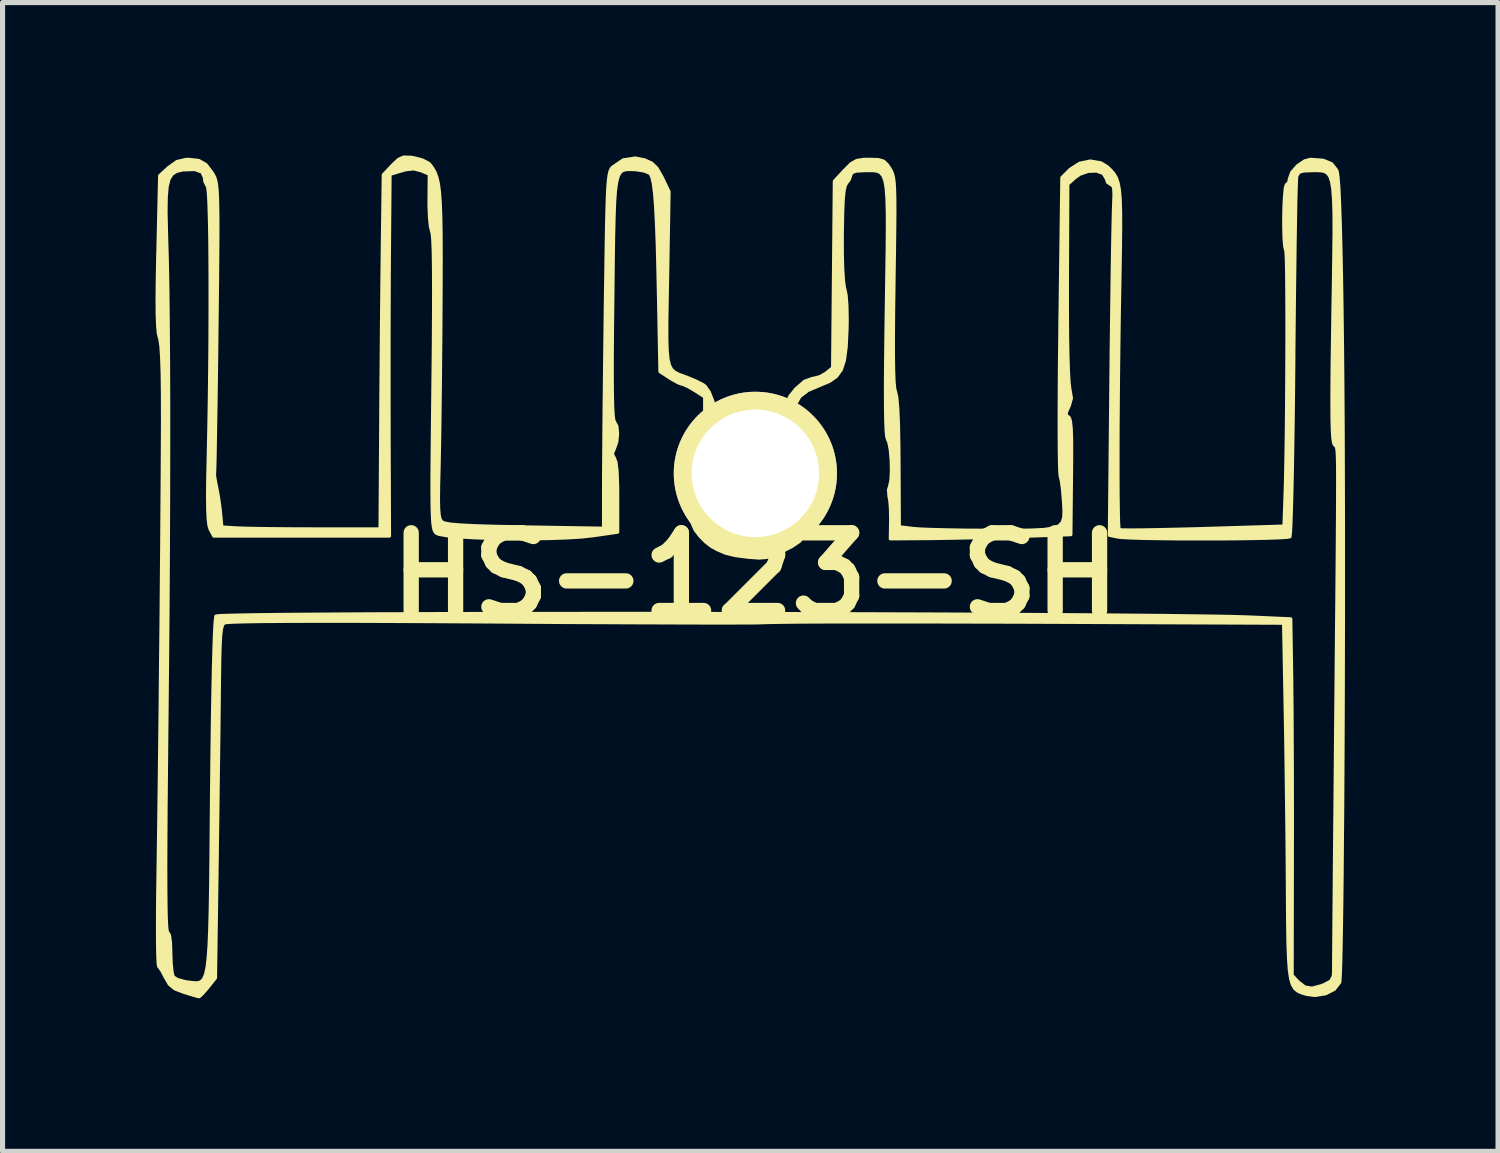
<source format=kicad_pcb>
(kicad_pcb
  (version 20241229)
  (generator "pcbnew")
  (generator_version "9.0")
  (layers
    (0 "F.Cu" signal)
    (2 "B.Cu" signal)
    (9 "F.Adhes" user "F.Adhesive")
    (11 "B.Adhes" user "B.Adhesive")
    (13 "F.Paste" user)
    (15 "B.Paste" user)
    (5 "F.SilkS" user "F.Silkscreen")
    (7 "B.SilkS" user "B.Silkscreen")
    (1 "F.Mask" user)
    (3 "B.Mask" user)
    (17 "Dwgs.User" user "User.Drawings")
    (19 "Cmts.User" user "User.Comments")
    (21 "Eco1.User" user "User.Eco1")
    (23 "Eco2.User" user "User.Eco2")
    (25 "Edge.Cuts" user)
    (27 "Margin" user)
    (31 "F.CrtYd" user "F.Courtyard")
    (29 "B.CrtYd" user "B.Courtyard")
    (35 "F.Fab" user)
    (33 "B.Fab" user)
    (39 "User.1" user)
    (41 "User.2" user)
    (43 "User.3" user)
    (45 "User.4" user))
  (footprint "HS-123-SH"
    (layer "F.Cu")
    (at 11.762 8.232)
    (property "Reference" "HS-123-SH" (at 0 0 0) (layer "F.SilkS") (effects (font (size 1.524 1.524) (thickness 0.3))))
    (attr through_hole)
    (fp_poly (pts (xy 11.53 -0.071) (xy 11.53 0.74) (xy 11.528 1.545) (xy 11.526 2.337) (xy 11.523 3.108) (xy 11.519 3.85) (xy 11.515 4.554) (xy 11.509 5.215) (xy 11.504 5.824) (xy 11.498 6.372) (xy 11.491 6.854) (xy 11.484 7.26) (xy 11.477 7.583) (xy 11.469 7.816) (xy 11.461 7.951) (xy 11.457 7.981) (xy 11.419 8.029) (xy 11.419 -1.726) (xy 11.419 -1.961) (xy 11.418 -2.145) (xy 11.415 -2.284) (xy 11.411 -2.385) (xy 11.406 -2.454) (xy 11.399 -2.499) (xy 11.391 -2.525) (xy 11.382 -2.539) (xy 11.371 -2.548) (xy 11.359 -2.558) (xy 11.354 -2.564) (xy 11.337 -2.607) (xy 11.324 -2.699) (xy 11.315 -2.847) (xy 11.309 -3.059) (xy 11.307 -3.344) (xy 11.308 -3.71) (xy 11.312 -4.164) (xy 11.32 -4.714) (xy 11.326 -5.153) (xy 11.337 -5.779) (xy 11.344 -6.303) (xy 11.349 -6.735) (xy 11.348 -7.083) (xy 11.34 -7.357) (xy 11.325 -7.565) (xy 11.301 -7.716) (xy 11.267 -7.82) (xy 11.221 -7.885) (xy 11.162 -7.921) (xy 11.089 -7.935) (xy 11 -7.938) (xy 10.913 -7.937) (xy 10.747 -7.931) (xy 10.659 -7.903) (xy 10.62 -7.841) (xy 10.613 -7.813) (xy 10.608 -7.737) (xy 10.602 -7.561) (xy 10.595 -7.294) (xy 10.589 -6.946) (xy 10.582 -6.527) (xy 10.576 -6.047) (xy 10.569 -5.515) (xy 10.563 -4.942) (xy 10.557 -4.337) (xy 10.557 -4.247) (xy 10.551 -3.641) (xy 10.544 -3.067) (xy 10.536 -2.535) (xy 10.528 -2.055) (xy 10.519 -1.636) (xy 10.509 -1.287) (xy 10.5 -1.019) (xy 10.491 -0.84) (xy 10.482 -0.761) (xy 10.481 -0.758) (xy 10.416 -0.746) (xy 10.258 -0.737) (xy 10.022 -0.729) (xy 9.727 -0.723) (xy 9.388 -0.718) (xy 9.021 -0.716) (xy 8.645 -0.716) (xy 8.274 -0.717) (xy 7.927 -0.721) (xy 7.619 -0.726) (xy 7.367 -0.734) (xy 7.189 -0.743) (xy 7.11 -0.752) (xy 6.943 -0.786) (xy 6.973 -3.824) (xy 6.979 -4.407) (xy 6.986 -4.967) (xy 6.993 -5.494) (xy 6.999 -5.975) (xy 7.006 -6.399) (xy 7.013 -6.754) (xy 7.019 -7.028) (xy 7.024 -7.21) (xy 7.026 -7.262) (xy 7.034 -7.476) (xy 7.026 -7.601) (xy 6.998 -7.655) (xy 6.974 -7.661) (xy 6.907 -7.708) (xy 6.88 -7.785) (xy 6.819 -7.882) (xy 6.691 -7.929) (xy 6.528 -7.924) (xy 6.363 -7.867) (xy 6.273 -7.804) (xy 6.125 -7.672) (xy 6.117 -5.751) (xy 6.117 -5.201) (xy 6.12 -4.72) (xy 6.127 -4.317) (xy 6.137 -3.999) (xy 6.15 -3.775) (xy 6.165 -3.653) (xy 6.167 -3.645) (xy 6.196 -3.474) (xy 6.153 -3.322) (xy 6.142 -3.3) (xy 6.092 -3.185) (xy 6.102 -3.129) (xy 6.134 -3.111) (xy 6.16 -3.082) (xy 6.179 -3.008) (xy 6.192 -2.877) (xy 6.199 -2.676) (xy 6.2 -2.393) (xy 6.198 -2.015) (xy 6.197 -1.941) (xy 6.185 -0.799) (xy 5.201 -0.765) (xy 4.805 -0.752) (xy 4.374 -0.741) (xy 3.95 -0.731) (xy 3.575 -0.725) (xy 3.432 -0.723) (xy 2.648 -0.717) (xy 2.654 -1.089) (xy 2.651 -1.293) (xy 2.638 -1.461) (xy 2.621 -1.553) (xy 2.612 -1.677) (xy 2.633 -1.746) (xy 2.659 -1.86) (xy 2.669 -2.041) (xy 2.665 -2.25) (xy 2.648 -2.451) (xy 2.619 -2.607) (xy 2.591 -2.672) (xy 2.576 -2.729) (xy 2.564 -2.859) (xy 2.557 -3.07) (xy 2.553 -3.366) (xy 2.552 -3.752) (xy 2.556 -4.235) (xy 2.563 -4.819) (xy 2.569 -5.231) (xy 2.578 -5.848) (xy 2.586 -6.363) (xy 2.59 -6.785) (xy 2.589 -7.125) (xy 2.581 -7.391) (xy 2.566 -7.592) (xy 2.541 -7.736) (xy 2.505 -7.834) (xy 2.457 -7.894) (xy 2.396 -7.926) (xy 2.319 -7.937) (xy 2.226 -7.938) (xy 2.141 -7.937) (xy 1.968 -7.927) (xy 1.886 -7.892) (xy 1.874 -7.858) (xy 1.838 -7.756) (xy 1.793 -7.699) (xy 1.762 -7.645) (xy 1.739 -7.544) (xy 1.722 -7.382) (xy 1.711 -7.144) (xy 1.705 -6.816) (xy 1.703 -6.689) (xy 1.703 -6.322) (xy 1.711 -6.014) (xy 1.726 -5.78) (xy 1.746 -5.635) (xy 1.754 -5.612) (xy 1.778 -5.49) (xy 1.794 -5.283) (xy 1.799 -5.015) (xy 1.796 -4.83) (xy 1.779 -4.479) (xy 1.745 -4.22) (xy 1.685 -4.033) (xy 1.59 -3.901) (xy 1.452 -3.805) (xy 1.274 -3.73) (xy 1.029 -3.626) (xy 0.872 -3.506) (xy 0.782 -3.347) (xy 0.742 -3.178) (xy 0.753 -2.893) (xy 0.871 -2.625) (xy 0.973 -2.497) (xy 1.02 -2.412) (xy 1.085 -2.255) (xy 1.151 -2.061) (xy 1.228 -1.736) (xy 1.23 -1.45) (xy 1.153 -1.161) (xy 1.058 -0.949) (xy 0.965 -0.783) (xy 0.926 -0.739) (xy 0.926 -1.561) (xy 0.887 -1.876) (xy 0.805 -2.091) (xy 0.713 -2.267) (xy 0.63 -2.425) (xy 0.543 -2.538) (xy 0.45 -2.59) (xy 0.443 -2.591) (xy 0.324 -2.615) (xy 0.185 -2.673) (xy 0.021 -2.719) (xy -0.172 -2.721) (xy -0.342 -2.681) (xy -0.411 -2.639) (xy -0.508 -2.596) (xy -0.559 -2.591) (xy -0.696 -2.541) (xy -0.841 -2.41) (xy -0.975 -2.223) (xy -1.083 -2.006) (xy -1.147 -1.785) (xy -1.157 -1.676) (xy -1.127 -1.527) (xy -1.049 -1.339) (xy -0.944 -1.156) (xy -0.888 -1.081) (xy -0.807 -1.017) (xy -0.664 -0.928) (xy -0.49 -0.831) (xy -0.317 -0.743) (xy -0.178 -0.681) (xy -0.11 -0.662) (xy -0.046 -0.679) (xy 0.084 -0.722) (xy 0.157 -0.746) (xy 0.446 -0.857) (xy 0.647 -0.962) (xy 0.778 -1.074) (xy 0.86 -1.207) (xy 0.879 -1.26) (xy 0.926 -1.561) (xy 0.926 -0.739) (xy 0.864 -0.667) (xy 0.722 -0.57) (xy 0.563 -0.489) (xy 0.366 -0.398) (xy 0.217 -0.352) (xy 0.067 -0.341) (xy -0.132 -0.356) (xy -0.152 -0.358) (xy -0.396 -0.39) (xy -0.577 -0.434) (xy -0.74 -0.502) (xy -0.866 -0.572) (xy -0.974 -0.655) (xy -1.089 -0.772) (xy -1.178 -0.888) (xy -1.213 -0.965) (xy -1.241 -1.033) (xy -1.309 -1.144) (xy -1.312 -1.149) (xy -1.381 -1.277) (xy -1.405 -1.378) (xy -1.422 -1.499) (xy -1.441 -1.55) (xy -1.449 -1.662) (xy -1.413 -1.835) (xy -1.345 -2.038) (xy -1.259 -2.237) (xy -1.168 -2.4) (xy -1.083 -2.495) (xy -1.068 -2.503) (xy -1.029 -2.55) (xy -1.005 -2.667) (xy -0.994 -2.868) (xy -0.993 -3.016) (xy -0.993 -3.5) (xy -1.185 -3.624) (xy -1.318 -3.702) (xy -1.416 -3.745) (xy -1.433 -3.748) (xy -1.512 -3.776) (xy -1.638 -3.846) (xy -1.68 -3.872) (xy -1.87 -3.996) (xy -1.897 -5.402) (xy -1.91 -6.008) (xy -1.923 -6.513) (xy -1.939 -6.924) (xy -1.956 -7.25) (xy -1.976 -7.499) (xy -1.999 -7.68) (xy -2.026 -7.801) (xy -2.057 -7.87) (xy -2.071 -7.885) (xy -2.176 -7.929) (xy -2.333 -7.955) (xy -2.369 -7.957) (xy -2.462 -7.96) (xy -2.539 -7.957) (xy -2.603 -7.94) (xy -2.653 -7.898) (xy -2.693 -7.823) (xy -2.723 -7.705) (xy -2.746 -7.535) (xy -2.762 -7.304) (xy -2.773 -7.002) (xy -2.782 -6.62) (xy -2.789 -6.149) (xy -2.795 -5.58) (xy -2.797 -5.415) (xy -2.804 -4.794) (xy -2.808 -4.277) (xy -2.808 -3.858) (xy -2.805 -3.531) (xy -2.799 -3.288) (xy -2.789 -3.124) (xy -2.775 -3.033) (xy -2.763 -3.009) (xy -2.718 -2.925) (xy -2.703 -2.781) (xy -2.719 -2.619) (xy -2.765 -2.486) (xy -2.768 -2.481) (xy -2.808 -2.38) (xy -2.768 -2.305) (xy -2.735 -2.22) (xy -2.713 -2.037) (xy -2.702 -1.753) (xy -2.701 -1.543) (xy -2.701 -0.848) (xy -3.183 -0.778) (xy -3.415 -0.753) (xy -3.71 -0.735) (xy -4.05 -0.723) (xy -4.418 -0.718) (xy -4.796 -0.719) (xy -5.165 -0.726) (xy -5.508 -0.738) (xy -5.808 -0.756) (xy -6.045 -0.778) (xy -6.203 -0.805) (xy -6.256 -0.827) (xy -6.278 -0.85) (xy -6.296 -0.885) (xy -6.311 -0.941) (xy -6.323 -1.028) (xy -6.331 -1.154) (xy -6.337 -1.329) (xy -6.339 -1.561) (xy -6.34 -1.86) (xy -6.337 -2.235) (xy -6.333 -2.694) (xy -6.327 -3.247) (xy -6.321 -3.768) (xy -6.313 -4.494) (xy -6.309 -5.112) (xy -6.308 -5.626) (xy -6.31 -6.039) (xy -6.315 -6.354) (xy -6.324 -6.574) (xy -6.336 -6.702) (xy -6.345 -6.737) (xy -6.371 -6.839) (xy -6.389 -7.02) (xy -6.398 -7.247) (xy -6.398 -7.357) (xy -6.393 -7.868) (xy -6.552 -7.934) (xy -6.697 -7.972) (xy -6.857 -7.955) (xy -6.939 -7.932) (xy -7.165 -7.864) (xy -7.178 -6.316) (xy -7.181 -5.864) (xy -7.183 -5.331) (xy -7.185 -4.746) (xy -7.185 -4.137) (xy -7.185 -3.533) (xy -7.184 -2.963) (xy -7.184 -2.77) (xy -7.176 -0.772) (xy -8.898 -0.772) (xy -10.619 -0.772) (xy -10.689 -0.902) (xy -10.712 -0.974) (xy -10.728 -1.097) (xy -10.737 -1.283) (xy -10.74 -1.544) (xy -10.737 -1.891) (xy -10.727 -2.336) (xy -10.715 -2.904) (xy -10.705 -3.485) (xy -10.698 -4.067) (xy -10.693 -4.639) (xy -10.691 -5.192) (xy -10.691 -5.715) (xy -10.693 -6.196) (xy -10.697 -6.625) (xy -10.704 -6.991) (xy -10.713 -7.284) (xy -10.724 -7.493) (xy -10.738 -7.607) (xy -10.744 -7.625) (xy -10.793 -7.724) (xy -10.803 -7.804) (xy -10.851 -7.909) (xy -10.99 -7.959) (xy -11.216 -7.953) (xy -11.24 -7.949) (xy -11.353 -7.922) (xy -11.437 -7.868) (xy -11.497 -7.775) (xy -11.535 -7.629) (xy -11.554 -7.416) (xy -11.558 -7.124) (xy -11.549 -6.738) (xy -11.546 -6.626) (xy -11.533 -6.171) (xy -11.522 -5.613) (xy -11.515 -4.958) (xy -11.509 -4.214) (xy -11.506 -3.387) (xy -11.506 -2.485) (xy -11.508 -1.513) (xy -11.512 -0.48) (xy -11.519 0.609) (xy -11.529 1.746) (xy -11.541 2.924) (xy -11.542 3.018) (xy -11.55 3.84) (xy -11.557 4.556) (xy -11.561 5.17) (xy -11.563 5.688) (xy -11.562 6.113) (xy -11.559 6.449) (xy -11.554 6.702) (xy -11.546 6.875) (xy -11.536 6.973) (xy -11.525 7) (xy -11.491 7.053) (xy -11.47 7.206) (xy -11.464 7.4) (xy -11.457 7.607) (xy -11.44 7.776) (xy -11.417 7.871) (xy -11.415 7.874) (xy -11.335 7.925) (xy -11.189 7.966) (xy -11.118 7.977) (xy -11.036 7.987) (xy -10.965 7.992) (xy -10.904 7.985) (xy -10.854 7.958) (xy -10.811 7.903) (xy -10.777 7.813) (xy -10.749 7.68) (xy -10.728 7.496) (xy -10.711 7.255) (xy -10.698 6.948) (xy -10.688 6.567) (xy -10.68 6.106) (xy -10.674 5.557) (xy -10.668 4.911) (xy -10.662 4.261) (xy -10.654 3.54) (xy -10.646 2.891) (xy -10.636 2.32) (xy -10.626 1.832) (xy -10.615 1.432) (xy -10.604 1.125) (xy -10.592 0.916) (xy -10.58 0.811) (xy -10.576 0.799) (xy -10.515 0.792) (xy -10.349 0.785) (xy -10.087 0.779) (xy -9.735 0.773) (xy -9.299 0.768) (xy -8.786 0.764) (xy -8.202 0.76) (xy -7.555 0.756) (xy -6.851 0.754) (xy -6.096 0.751) (xy -5.298 0.75) (xy -4.462 0.748) (xy -3.596 0.748) (xy -2.706 0.747) (xy -1.799 0.748) (xy -0.882 0.749) (xy 0.04 0.75) (xy 0.959 0.752) (xy 1.868 0.754) (xy 2.762 0.757) (xy 3.633 0.76) (xy 4.474 0.764) (xy 5.28 0.768) (xy 6.043 0.772) (xy 6.756 0.777) (xy 7.414 0.783) (xy 8.009 0.788) (xy 8.536 0.795) (xy 8.986 0.801) (xy 9.354 0.808) (xy 9.632 0.816) (xy 9.754 0.821) (xy 10.497 0.854) (xy 10.515 1.984) (xy 10.518 2.295) (xy 10.522 2.697) (xy 10.524 3.169) (xy 10.527 3.692) (xy 10.528 4.247) (xy 10.529 4.814) (xy 10.528 5.373) (xy 10.528 5.479) (xy 10.524 7.844) (xy 10.646 7.973) (xy 10.774 8.073) (xy 10.917 8.096) (xy 11.107 8.045) (xy 11.157 8.025) (xy 11.283 7.956) (xy 11.333 7.865) (xy 11.34 7.763) (xy 11.34 7.681) (xy 11.341 7.498) (xy 11.343 7.22) (xy 11.346 6.857) (xy 11.35 6.418) (xy 11.354 5.909) (xy 11.359 5.341) (xy 11.365 4.72) (xy 11.371 4.056) (xy 11.377 3.357) (xy 11.382 2.783) (xy 11.39 1.903) (xy 11.397 1.126) (xy 11.404 0.446) (xy 11.409 -0.143) (xy 11.413 -0.649) (xy 11.416 -1.076) (xy 11.418 -1.433) (xy 11.419 -1.726) (xy 11.419 8.029) (xy 11.354 8.114) (xy 11.182 8.203) (xy 10.974 8.236) (xy 10.815 8.216) (xy 10.719 8.188) (xy 10.641 8.154) (xy 10.579 8.104) (xy 10.532 8.026) (xy 10.497 7.909) (xy 10.472 7.742) (xy 10.456 7.513) (xy 10.445 7.213) (xy 10.439 6.829) (xy 10.435 6.35) (xy 10.434 6.118) (xy 10.43 5.571) (xy 10.424 4.96) (xy 10.416 4.319) (xy 10.408 3.684) (xy 10.399 3.092) (xy 10.391 2.632) (xy 10.359 0.937) (xy 7.315 0.925) (xy 6.141 0.92) (xy 5.075 0.916) (xy 4.116 0.914) (xy 3.263 0.912) (xy 2.514 0.912) (xy 1.867 0.912) (xy 1.321 0.913) (xy 0.874 0.915) (xy 0.525 0.919) (xy 0.272 0.923) (xy 0.113 0.928) (xy 0.11 0.928) (xy 0.003 0.931) (xy -0.206 0.932) (xy -0.509 0.933) (xy -0.896 0.933) (xy -1.359 0.932) (xy -1.891 0.93) (xy -2.482 0.928) (xy -3.124 0.925) (xy -3.809 0.922) (xy -4.527 0.917) (xy -5.272 0.912) (xy -5.291 0.912) (xy -6.287 0.906) (xy -7.177 0.902) (xy -7.96 0.899) (xy -8.636 0.899) (xy -9.204 0.901) (xy -9.664 0.904) (xy -10.016 0.91) (xy -10.258 0.917) (xy -10.391 0.927) (xy -10.417 0.933) (xy -10.447 0.97) (xy -10.47 1.047) (xy -10.486 1.177) (xy -10.497 1.375) (xy -10.505 1.655) (xy -10.51 2.024) (xy -10.513 2.309) (xy -10.517 2.686) (xy -10.522 3.137) (xy -10.529 3.642) (xy -10.536 4.183) (xy -10.543 4.742) (xy -10.551 5.301) (xy -10.553 5.477) (xy -10.588 7.894) (xy -10.737 8.081) (xy -10.833 8.193) (xy -10.901 8.257) (xy -10.913 8.262) (xy -10.978 8.244) (xy -11.111 8.204) (xy -11.206 8.175) (xy -11.383 8.107) (xy -11.491 8.017) (xy -11.564 7.892) (xy -11.633 7.759) (xy -11.689 7.679) (xy -11.699 7.67) (xy -11.709 7.613) (xy -11.716 7.459) (xy -11.721 7.221) (xy -11.722 6.915) (xy -11.721 6.553) (xy -11.717 6.148) (xy -11.714 5.989) (xy -11.706 5.437) (xy -11.697 4.801) (xy -11.688 4.098) (xy -11.679 3.343) (xy -11.67 2.553) (xy -11.662 1.745) (xy -11.653 0.935) (xy -11.646 0.139) (xy -11.639 -0.627) (xy -11.634 -1.346) (xy -11.629 -2.002) (xy -11.626 -2.578) (xy -11.624 -3.004) (xy -11.625 -3.531) (xy -11.63 -3.952) (xy -11.641 -4.273) (xy -11.656 -4.499) (xy -11.677 -4.633) (xy -11.685 -4.657) (xy -11.706 -4.747) (xy -11.72 -4.899) (xy -11.728 -5.124) (xy -11.73 -5.43) (xy -11.726 -5.828) (xy -11.716 -6.327) (xy -11.715 -6.33) (xy -11.68 -7.837) (xy -11.505 -7.997) (xy -11.341 -8.114) (xy -11.163 -8.155) (xy -11.108 -8.156) (xy -10.914 -8.134) (xy -10.775 -8.055) (xy -10.655 -7.899) (xy -10.623 -7.844) (xy -10.601 -7.799) (xy -10.583 -7.743) (xy -10.568 -7.666) (xy -10.557 -7.559) (xy -10.549 -7.414) (xy -10.544 -7.219) (xy -10.541 -6.966) (xy -10.541 -6.646) (xy -10.544 -6.249) (xy -10.548 -5.765) (xy -10.555 -5.185) (xy -10.559 -4.84) (xy -10.565 -4.293) (xy -10.572 -3.78) (xy -10.579 -3.311) (xy -10.586 -2.898) (xy -10.592 -2.55) (xy -10.597 -2.278) (xy -10.602 -2.092) (xy -10.606 -2.003) (xy -10.607 -1.997) (xy -10.605 -1.939) (xy -10.583 -1.811) (xy -10.569 -1.748) (xy -10.531 -1.546) (xy -10.498 -1.313) (xy -10.49 -1.231) (xy -10.463 -0.947) (xy -10.151 -0.928) (xy -10.003 -0.923) (xy -9.766 -0.918) (xy -9.462 -0.914) (xy -9.111 -0.911) (xy -8.734 -0.91) (xy -8.598 -0.909) (xy -7.358 -0.909) (xy -7.345 -2.949) (xy -7.342 -3.494) (xy -7.337 -4.075) (xy -7.332 -4.666) (xy -7.327 -5.24) (xy -7.321 -5.77) (xy -7.316 -6.229) (xy -7.314 -6.421) (xy -7.295 -7.854) (xy -7.12 -8.04) (xy -7.001 -8.153) (xy -6.901 -8.2) (xy -6.769 -8.198) (xy -6.703 -8.189) (xy -6.536 -8.146) (xy -6.409 -8.082) (xy -6.384 -8.059) (xy -6.329 -7.985) (xy -6.283 -7.904) (xy -6.246 -7.804) (xy -6.217 -7.676) (xy -6.195 -7.508) (xy -6.18 -7.289) (xy -6.17 -7.01) (xy -6.164 -6.659) (xy -6.163 -6.226) (xy -6.164 -5.7) (xy -6.166 -5.319) (xy -6.169 -4.786) (xy -6.174 -4.245) (xy -6.179 -3.715) (xy -6.185 -3.217) (xy -6.191 -2.77) (xy -6.198 -2.394) (xy -6.204 -2.116) (xy -6.213 -1.755) (xy -6.216 -1.488) (xy -6.212 -1.301) (xy -6.201 -1.176) (xy -6.182 -1.099) (xy -6.154 -1.055) (xy -6.144 -1.046) (xy -6.087 -1.022) (xy -5.973 -1.003) (xy -5.791 -0.987) (xy -5.531 -0.973) (xy -5.185 -0.962) (xy -4.742 -0.952) (xy -4.517 -0.948) (xy -2.976 -0.923) (xy -2.975 -1.853) (xy -2.974 -2.108) (xy -2.971 -2.456) (xy -2.968 -2.881) (xy -2.963 -3.365) (xy -2.957 -3.893) (xy -2.951 -4.447) (xy -2.944 -5.011) (xy -2.94 -5.34) (xy -2.931 -5.939) (xy -2.924 -6.437) (xy -2.917 -6.844) (xy -2.909 -7.17) (xy -2.901 -7.424) (xy -2.891 -7.617) (xy -2.879 -7.759) (xy -2.865 -7.858) (xy -2.849 -7.924) (xy -2.828 -7.968) (xy -2.804 -7.999) (xy -2.799 -8.004) (xy -2.59 -8.146) (xy -2.353 -8.182) (xy -2.174 -8.146) (xy -2.032 -8.082) (xy -1.93 -7.983) (xy -1.834 -7.815) (xy -1.826 -7.799) (xy -1.694 -7.524) (xy -1.723 -5.827) (xy -1.732 -5.336) (xy -1.738 -4.944) (xy -1.738 -4.637) (xy -1.731 -4.405) (xy -1.714 -4.236) (xy -1.685 -4.116) (xy -1.641 -4.035) (xy -1.58 -3.981) (xy -1.499 -3.94) (xy -1.396 -3.903) (xy -1.338 -3.881) (xy -1.166 -3.81) (xy -1.028 -3.739) (xy -0.987 -3.71) (xy -0.907 -3.596) (xy -0.835 -3.416) (xy -0.785 -3.214) (xy -0.772 -3.072) (xy -0.74 -2.947) (xy -0.641 -2.9) (xy -0.469 -2.929) (xy -0.338 -2.978) (xy -0.078 -3.09) (xy 0.186 -2.974) (xy 0.388 -2.898) (xy 0.514 -2.891) (xy 0.581 -2.963) (xy 0.605 -3.12) (xy 0.606 -3.184) (xy 0.62 -3.369) (xy 0.675 -3.507) (xy 0.793 -3.655) (xy 0.962 -3.803) (xy 1.11 -3.858) (xy 1.117 -3.858) (xy 1.262 -3.893) (xy 1.386 -3.964) (xy 1.516 -4.069) (xy 1.533 -5.898) (xy 1.55 -7.728) (xy 1.748 -7.943) (xy 1.877 -8.071) (xy 1.988 -8.134) (xy 2.131 -8.156) (xy 2.237 -8.157) (xy 2.412 -8.151) (xy 2.516 -8.121) (xy 2.591 -8.048) (xy 2.638 -7.978) (xy 2.666 -7.928) (xy 2.689 -7.872) (xy 2.707 -7.8) (xy 2.72 -7.7) (xy 2.728 -7.561) (xy 2.733 -7.371) (xy 2.734 -7.118) (xy 2.731 -6.792) (xy 2.726 -6.38) (xy 2.718 -5.873) (xy 2.717 -5.757) (xy 2.709 -5.169) (xy 2.705 -4.685) (xy 2.705 -4.298) (xy 2.71 -4.002) (xy 2.718 -3.79) (xy 2.732 -3.657) (xy 2.747 -3.599) (xy 2.771 -3.496) (xy 2.79 -3.286) (xy 2.804 -2.972) (xy 2.812 -2.558) (xy 2.815 -2.217) (xy 2.821 -0.951) (xy 3.105 -0.917) (xy 3.244 -0.907) (xy 3.473 -0.898) (xy 3.77 -0.891) (xy 4.116 -0.885) (xy 4.49 -0.883) (xy 4.635 -0.882) (xy 5.07 -0.882) (xy 5.408 -0.886) (xy 5.659 -0.898) (xy 5.837 -0.925) (xy 5.953 -0.97) (xy 6.019 -1.039) (xy 6.048 -1.136) (xy 6.053 -1.268) (xy 6.044 -1.439) (xy 6.042 -1.465) (xy 6.025 -1.674) (xy 6.002 -1.849) (xy 5.978 -1.95) (xy 5.971 -2.024) (xy 5.965 -2.197) (xy 5.961 -2.459) (xy 5.959 -2.799) (xy 5.959 -3.207) (xy 5.961 -3.671) (xy 5.965 -4.181) (xy 5.971 -4.726) (xy 5.973 -4.926) (xy 6.011 -7.799) (xy 6.17 -7.958) (xy 6.354 -8.078) (xy 6.568 -8.123) (xy 6.774 -8.088) (xy 6.897 -8.014) (xy 6.971 -7.944) (xy 7.03 -7.875) (xy 7.077 -7.795) (xy 7.112 -7.692) (xy 7.137 -7.554) (xy 7.153 -7.37) (xy 7.16 -7.127) (xy 7.161 -6.815) (xy 7.157 -6.42) (xy 7.149 -5.932) (xy 7.145 -5.707) (xy 7.134 -5.116) (xy 7.126 -4.525) (xy 7.119 -3.944) (xy 7.114 -3.383) (xy 7.11 -2.855) (xy 7.109 -2.367) (xy 7.109 -1.932) (xy 7.111 -1.559) (xy 7.115 -1.259) (xy 7.12 -1.043) (xy 7.128 -0.92) (xy 7.133 -0.896) (xy 7.193 -0.89) (xy 7.349 -0.888) (xy 7.588 -0.89) (xy 7.894 -0.895) (xy 8.255 -0.903) (xy 8.656 -0.913) (xy 8.764 -0.916) (xy 10.367 -0.965) (xy 10.387 -1.543) (xy 10.396 -1.834) (xy 10.403 -2.186) (xy 10.41 -2.586) (xy 10.415 -3.021) (xy 10.419 -3.478) (xy 10.422 -3.943) (xy 10.424 -4.404) (xy 10.425 -4.846) (xy 10.424 -5.256) (xy 10.422 -5.622) (xy 10.419 -5.93) (xy 10.414 -6.167) (xy 10.408 -6.319) (xy 10.401 -6.373) (xy 10.382 -6.444) (xy 10.369 -6.593) (xy 10.363 -6.794) (xy 10.362 -7.021) (xy 10.367 -7.247) (xy 10.378 -7.446) (xy 10.393 -7.593) (xy 10.413 -7.66) (xy 10.417 -7.661) (xy 10.462 -7.708) (xy 10.472 -7.774) (xy 10.518 -7.901) (xy 10.63 -8.03) (xy 10.772 -8.126) (xy 10.887 -8.157) (xy 11.137 -8.137) (xy 11.3 -8.07) (xy 11.395 -7.948) (xy 11.408 -7.913) (xy 11.424 -7.809) (xy 11.44 -7.601) (xy 11.454 -7.295) (xy 11.468 -6.897) (xy 11.48 -6.413) (xy 11.492 -5.848) (xy 11.502 -5.21) (xy 11.511 -4.503) (xy 11.518 -3.734) (xy 11.524 -2.909) (xy 11.527 -2.034) (xy 11.528 -1.681) (xy 11.53 -0.881) (xy 11.53 -0.071)) (stroke (width 0.065) (type solid)) (fill yes) (layer "F.SilkS"))
    (pad "1" thru_hole circle (at 0 -2) (size 3.2 3.2) (drill 2.5) (layers "*.Cu" "*.Mask" "F.SilkS")))
  (gr_rect
    (start -3 -3)
    (end 26.325 19.527)
    (stroke (width 0.1) (type default))
    (fill no)
    (layer "Edge.Cuts")))
</source>
